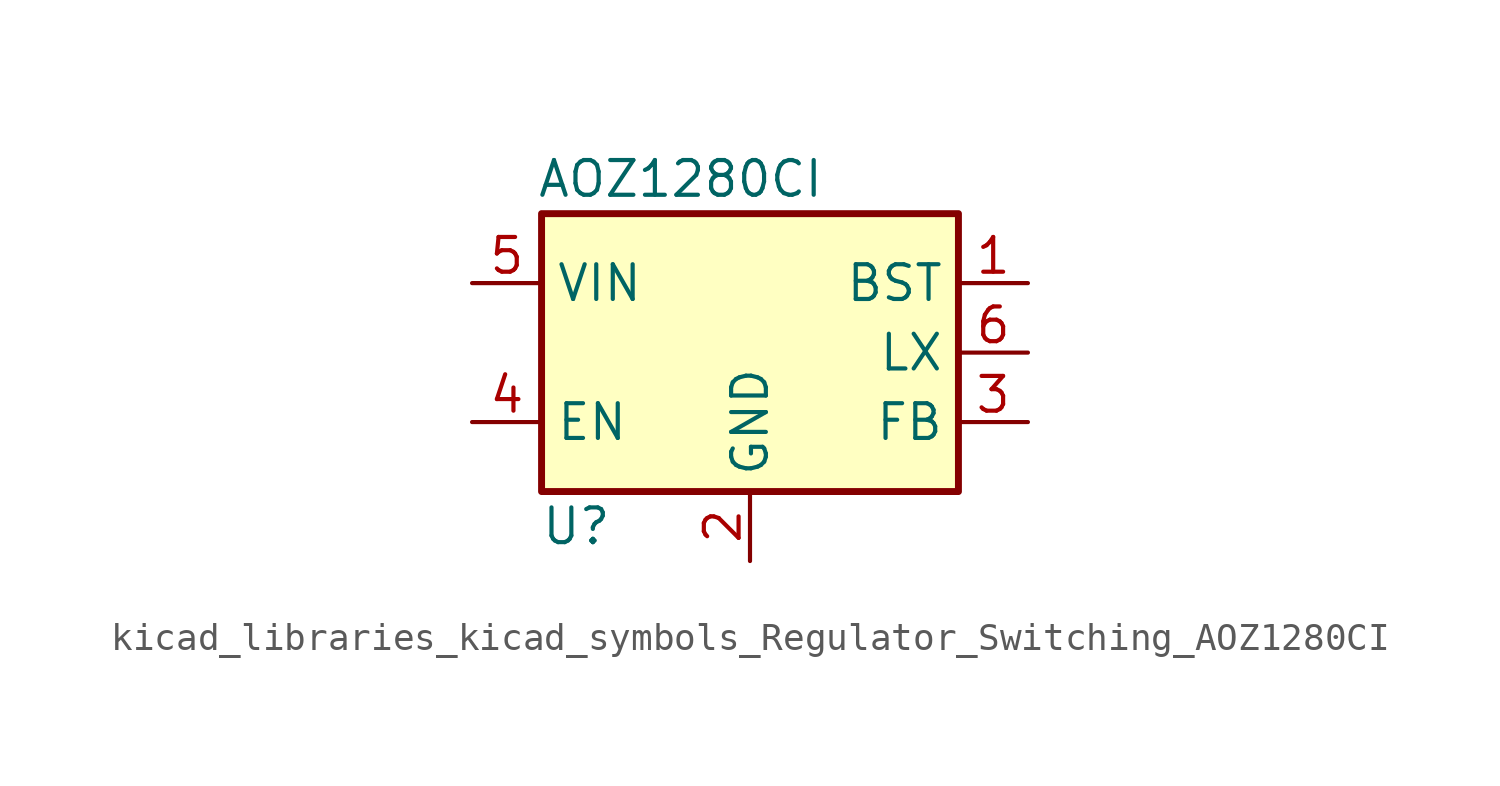
<source format=kicad_sym>
(kicad_symbol_lib
  (version 20220914)
  (generator kicad_symbol_editor)
  (symbol "kicad_libraries_kicad_symbols_Regulator_Switching_AOZ1280CI"
    (property "Reference" "U"
      (at -6.35 -6.35 0)
      (effects (font (size 1.27 1.27))))
    (property "Value" "AOZ1280CI"
      (at -2.54 6.35 0)
      (effects (font (size 1.27 1.27))))
    (symbol "kicad_libraries_kicad_symbols_Regulator_Switching_AOZ1280CI_0_1"
      (rectangle (start -7.62 5.08) (end 7.62 -5.08) (stroke (width 0.254) (type default)) (fill (type background))))
    (symbol "kicad_libraries_kicad_symbols_Regulator_Switching_AOZ1280CI_1_1"
      (pin input line (at 10.16 2.54 180) (length 2.54) (name "BST" (effects (font (size 1.27 1.27)))) (number "1" (effects (font (size 1.27 1.27)))))
      (pin power_in line (at 0 -7.62 90) (length 2.54) (name "GND" (effects (font (size 1.27 1.27)))) (number "2" (effects (font (size 1.27 1.27)))))
      (pin input line (at 10.16 -2.54 180) (length 2.54) (name "FB" (effects (font (size 1.27 1.27)))) (number "3" (effects (font (size 1.27 1.27)))))
      (pin input line (at -10.16 -2.54 0) (length 2.54) (name "EN" (effects (font (size 1.27 1.27)))) (number "4" (effects (font (size 1.27 1.27)))))
      (pin power_in line (at -10.16 2.54 0) (length 2.54) (name "VIN" (effects (font (size 1.27 1.27)))) (number "5" (effects (font (size 1.27 1.27)))))
      (pin power_out line (at 10.16 0 180) (length 2.54) (name "LX" (effects (font (size 1.27 1.27)))) (number "6" (effects (font (size 1.27 1.27))))))))
</source>
